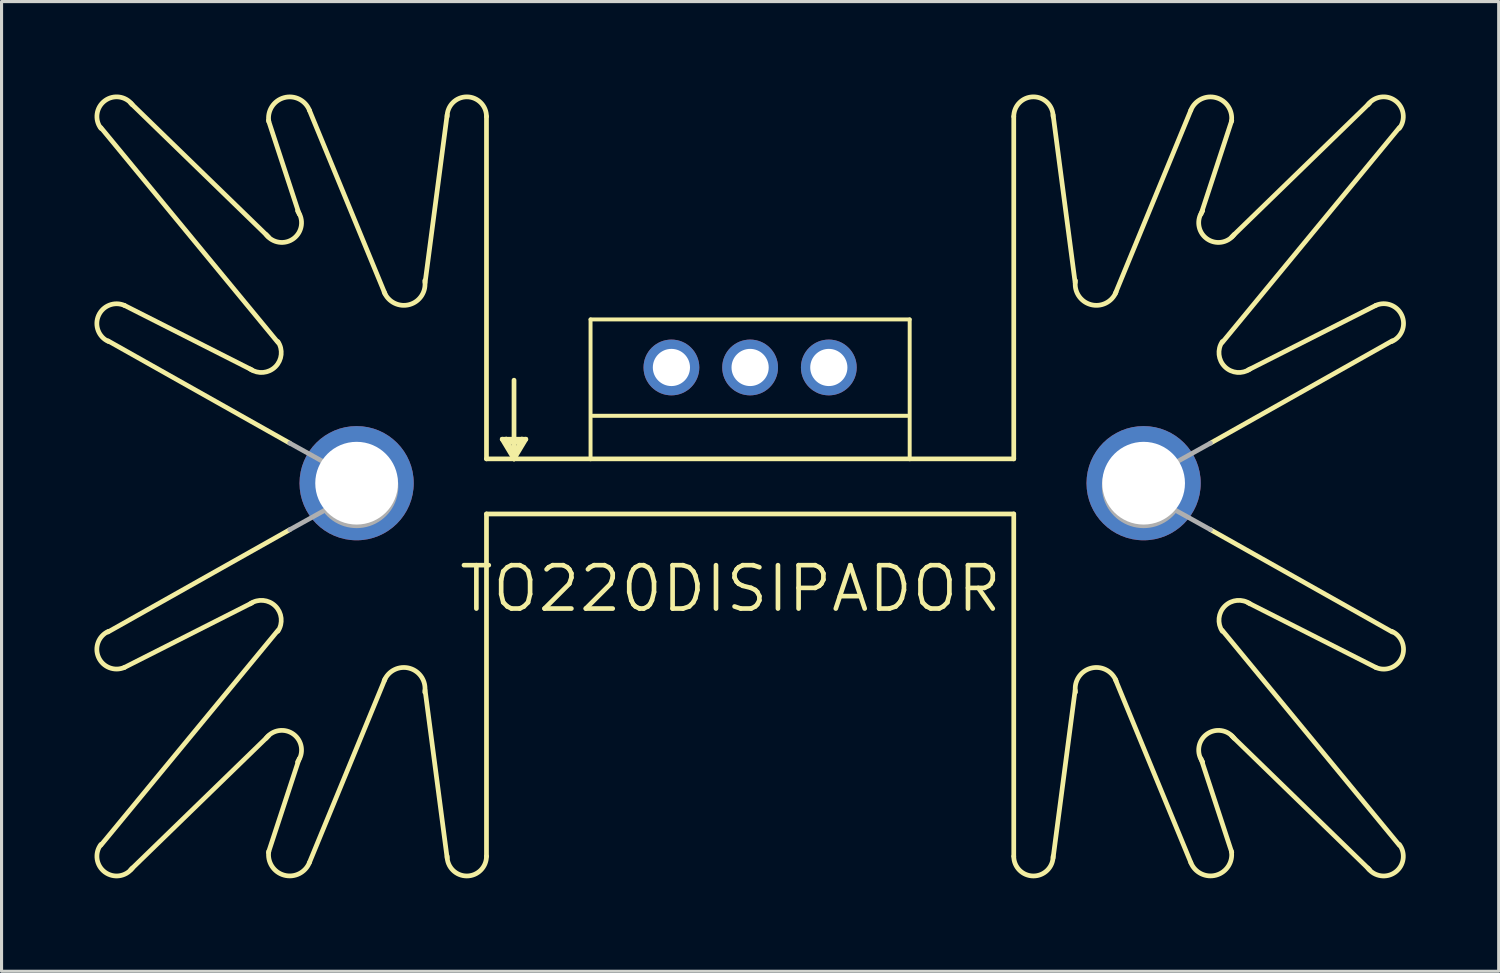
<source format=kicad_pcb>
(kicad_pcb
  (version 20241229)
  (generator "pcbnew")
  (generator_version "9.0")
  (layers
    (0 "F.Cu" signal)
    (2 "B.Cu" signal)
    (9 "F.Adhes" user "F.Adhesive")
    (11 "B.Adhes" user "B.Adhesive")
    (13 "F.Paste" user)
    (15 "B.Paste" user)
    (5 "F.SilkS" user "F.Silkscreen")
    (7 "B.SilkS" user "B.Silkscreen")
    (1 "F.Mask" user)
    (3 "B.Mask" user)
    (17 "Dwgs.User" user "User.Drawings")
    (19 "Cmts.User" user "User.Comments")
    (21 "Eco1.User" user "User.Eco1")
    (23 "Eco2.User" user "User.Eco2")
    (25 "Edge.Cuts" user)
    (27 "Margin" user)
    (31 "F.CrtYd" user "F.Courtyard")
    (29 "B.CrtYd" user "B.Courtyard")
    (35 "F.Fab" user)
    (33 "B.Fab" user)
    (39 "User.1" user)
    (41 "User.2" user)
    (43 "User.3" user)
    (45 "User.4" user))
  (footprint "TO220DISIPADOR"
    (layer "F.Cu")
    (at 21.16 11.76)
    (property "Reference" "TO220DISIPADOR" (at -0.635 4.191 0) (layer "F.SilkS") (effects (font (size 1.4 1.4) (thickness 0.15))))
    (attr through_hole)
    (fp_line (start -16.078 -2.87) (end -20.193 -4.953) (stroke (width 0.152) (type solid)) (layer "F.SilkS"))
    (fp_line (start -16.078 4.648) (end -20.193 6.731) (stroke (width 0.152) (type solid)) (layer "F.SilkS"))
    (fp_line (start -15.545 -10.922) (end -14.554 -7.899) (stroke (width 0.152) (type solid)) (layer "F.SilkS"))
    (fp_line (start -15.545 -7.163) (end -19.99 -11.481) (stroke (width 0.152) (type solid)) (layer "F.SilkS"))
    (fp_line (start -15.545 8.941) (end -19.99 13.259) (stroke (width 0.152) (type solid)) (layer "F.SilkS"))
    (fp_line (start -15.545 12.7) (end -14.554 9.677) (stroke (width 0.152) (type solid)) (layer "F.SilkS"))
    (fp_line (start -15.24 -3.759) (end -20.955 -10.693) (stroke (width 0.152) (type solid)) (layer "F.SilkS"))
    (fp_line (start -15.24 5.537) (end -20.955 12.471) (stroke (width 0.152) (type solid)) (layer "F.SilkS"))
    (fp_line (start -14.859 -0.508) (end -20.726 -3.81) (stroke (width 0.152) (type solid)) (layer "F.SilkS"))
    (fp_line (start -14.859 2.286) (end -20.726 5.588) (stroke (width 0.152) (type solid)) (layer "F.SilkS"))
    (fp_line (start -11.786 -5.334) (end -14.224 -11.252) (stroke (width 0.152) (type solid)) (layer "F.SilkS"))
    (fp_line (start -11.786 7.112) (end -14.224 13.03) (stroke (width 0.152) (type solid)) (layer "F.SilkS"))
    (fp_line (start -10.49 -5.69) (end -9.779 -11.1) (stroke (width 0.152) (type solid)) (layer "F.SilkS"))
    (fp_line (start -10.49 7.468) (end -9.779 12.878) (stroke (width 0.152) (type solid)) (layer "F.SilkS"))
    (fp_line (start -8.509 -11.049) (end -8.509 0) (stroke (width 0.152) (type solid)) (layer "F.SilkS"))
    (fp_line (start -8.509 0) (end -7.62 0) (stroke (width 0.152) (type solid)) (layer "F.SilkS"))
    (fp_line (start -8.509 1.778) (end 8.509 1.778) (stroke (width 0.152) (type solid)) (layer "F.SilkS"))
    (fp_line (start -8.509 12.827) (end -8.509 1.778) (stroke (width 0.152) (type solid)) (layer "F.SilkS"))
    (fp_line (start -8.001 -0.635) (end -7.62 0) (stroke (width 0.152) (type solid)) (layer "F.SilkS"))
    (fp_line (start -7.874 -0.635) (end -8.001 -0.635) (stroke (width 0.152) (type solid)) (layer "F.SilkS"))
    (fp_line (start -7.874 -0.635) (end -7.62 -0.508) (stroke (width 0.152) (type solid)) (layer "F.SilkS"))
    (fp_line (start -7.62 -2.54) (end -7.62 -0.508) (stroke (width 0.152) (type solid)) (layer "F.SilkS"))
    (fp_line (start -7.62 -0.508) (end -7.62 -0.127) (stroke (width 0.152) (type solid)) (layer "F.SilkS"))
    (fp_line (start -7.62 -0.508) (end -7.366 -0.635) (stroke (width 0.152) (type solid)) (layer "F.SilkS"))
    (fp_line (start -7.62 -0.127) (end -7.874 -0.635) (stroke (width 0.152) (type solid)) (layer "F.SilkS"))
    (fp_line (start -7.62 -0.127) (end -7.62 0) (stroke (width 0.152) (type solid)) (layer "F.SilkS"))
    (fp_line (start -7.62 0) (end -7.239 -0.635) (stroke (width 0.152) (type solid)) (layer "F.SilkS"))
    (fp_line (start -7.62 0) (end -5.15 0) (stroke (width 0.152) (type solid)) (layer "F.SilkS"))
    (fp_line (start -7.366 -0.635) (end -7.874 -0.635) (stroke (width 0.152) (type solid)) (layer "F.SilkS"))
    (fp_line (start -7.366 -0.635) (end -7.62 -0.127) (stroke (width 0.152) (type solid)) (layer "F.SilkS"))
    (fp_line (start -7.239 -0.635) (end -7.366 -0.635) (stroke (width 0.152) (type solid)) (layer "F.SilkS"))
    (fp_line (start -5.15 -4.5) (end 5.15 -4.5) (stroke (width 0.127) (type solid)) (layer "F.SilkS"))
    (fp_line (start -5.15 0) (end -5.15 -4.5) (stroke (width 0.127) (type solid)) (layer "F.SilkS"))
    (fp_line (start -5.15 0) (end 5.15 0) (stroke (width 0.152) (type solid)) (layer "F.SilkS"))
    (fp_line (start -5.08 -1.39) (end 5.08 -1.39) (stroke (width 0.127) (type solid)) (layer "F.SilkS"))
    (fp_line (start 5.15 -4.5) (end 5.15 0) (stroke (width 0.127) (type solid)) (layer "F.SilkS"))
    (fp_line (start 5.15 0) (end 8.509 0) (stroke (width 0.152) (type solid)) (layer "F.SilkS"))
    (fp_line (start 8.509 -11.049) (end 8.509 0) (stroke (width 0.152) (type solid)) (layer "F.SilkS"))
    (fp_line (start 8.509 12.827) (end 8.509 1.778) (stroke (width 0.152) (type solid)) (layer "F.SilkS"))
    (fp_line (start 10.49 -5.69) (end 9.779 -11.1) (stroke (width 0.152) (type solid)) (layer "F.SilkS"))
    (fp_line (start 10.49 7.468) (end 9.779 12.878) (stroke (width 0.152) (type solid)) (layer "F.SilkS"))
    (fp_line (start 11.786 -5.334) (end 14.224 -11.252) (stroke (width 0.152) (type solid)) (layer "F.SilkS"))
    (fp_line (start 11.786 7.112) (end 14.224 13.03) (stroke (width 0.152) (type solid)) (layer "F.SilkS"))
    (fp_line (start 14.859 -0.508) (end 20.726 -3.81) (stroke (width 0.152) (type solid)) (layer "F.SilkS"))
    (fp_line (start 14.859 2.286) (end 20.726 5.588) (stroke (width 0.152) (type solid)) (layer "F.SilkS"))
    (fp_line (start 15.24 -3.759) (end 20.955 -10.693) (stroke (width 0.152) (type solid)) (layer "F.SilkS"))
    (fp_line (start 15.24 5.537) (end 20.955 12.471) (stroke (width 0.152) (type solid)) (layer "F.SilkS"))
    (fp_line (start 15.545 -10.922) (end 14.554 -7.899) (stroke (width 0.152) (type solid)) (layer "F.SilkS"))
    (fp_line (start 15.545 -7.163) (end 19.99 -11.481) (stroke (width 0.152) (type solid)) (layer "F.SilkS"))
    (fp_line (start 15.545 8.941) (end 19.99 13.259) (stroke (width 0.152) (type solid)) (layer "F.SilkS"))
    (fp_line (start 15.545 12.7) (end 14.554 9.677) (stroke (width 0.152) (type solid)) (layer "F.SilkS"))
    (fp_line (start 16.078 -2.87) (end 20.193 -4.953) (stroke (width 0.152) (type solid)) (layer "F.SilkS"))
    (fp_line (start 16.078 4.648) (end 20.193 6.731) (stroke (width 0.152) (type solid)) (layer "F.SilkS"))
    (fp_arc (start -20.955 -10.668) (mid -20.828 -11.557) (end -19.939 -11.43) (stroke (width 0.1524) (type solid)) (layer "F.SilkS"))
    (fp_arc (start -20.7106 -3.788901) (mid -21.02897 -4.627453) (end -20.1931 -4.9528) (stroke (width 0.1524) (type solid)) (layer "F.SilkS"))
    (fp_arc (start -20.1931 6.7308) (mid -21.02897 6.405453) (end -20.7106 5.566901) (stroke (width 0.1524) (type solid)) (layer "F.SilkS"))
    (fp_arc (start -19.939 13.208) (mid -20.828 13.335) (end -20.955 12.446) (stroke (width 0.1524) (type solid)) (layer "F.SilkS"))
    (fp_arc (start -16.1345 4.6773) (mid -15.322507 4.751316) (end -15.2401 5.5625) (stroke (width 0.1524) (type solid)) (layer "F.SilkS"))
    (fp_arc (start -15.621 9.017) (mid -14.732 8.89) (end -14.605 9.779) (stroke (width 0.1524) (type solid)) (layer "F.SilkS"))
    (fp_arc (start -15.533601 -10.8858) (mid -15.043219 -11.657009) (end -14.2238 -11.2523) (stroke (width 0.1524) (type solid)) (layer "F.SilkS"))
    (fp_arc (start -15.2399 -3.7847) (mid -15.322231 -2.973239) (end -16.1345 -2.8993) (stroke (width 0.1524) (type solid)) (layer "F.SilkS"))
    (fp_arc (start -14.605 -8.001) (mid -14.732 -7.112) (end -15.621 -7.239) (stroke (width 0.1524) (type solid)) (layer "F.SilkS"))
    (fp_arc (start -14.2238 13.0303) (mid -15.043219 13.435009) (end -15.533601 12.6638) (stroke (width 0.1524) (type solid)) (layer "F.SilkS"))
    (fp_arc (start -11.811001 7.162799) (mid -10.991716 6.758094) (end -10.5014 7.5292) (stroke (width 0.1524) (type solid)) (layer "F.SilkS"))
    (fp_arc (start -10.5014 -5.7512) (mid -10.991716 -4.980094) (end -11.811001 -5.384799) (stroke (width 0.1524) (type solid)) (layer "F.SilkS"))
    (fp_arc (start -9.779 -11.049) (mid -9.144 -11.684) (end -8.509 -11.049) (stroke (width 0.1524) (type solid)) (layer "F.SilkS"))
    (fp_arc (start -8.509 12.827) (mid -9.144 13.462) (end -9.779 12.827) (stroke (width 0.1524) (type solid)) (layer "F.SilkS"))
    (fp_arc (start 8.509 -11.049) (mid 9.144 -11.684) (end 9.779 -11.049) (stroke (width 0.1524) (type solid)) (layer "F.SilkS"))
    (fp_arc (start 9.779 12.827) (mid 9.144 13.462) (end 8.509 12.827) (stroke (width 0.1524) (type solid)) (layer "F.SilkS"))
    (fp_arc (start 10.501401 7.529199) (mid 10.991717 6.758095) (end 11.811 7.1628) (stroke (width 0.1524) (type solid)) (layer "F.SilkS"))
    (fp_arc (start 11.811 -5.3848) (mid 10.991717 -4.980095) (end 10.501401 -5.751199) (stroke (width 0.1524) (type solid)) (layer "F.SilkS"))
    (fp_arc (start 14.224 -11.2522) (mid 15.043181 -11.656805) (end 15.5334 -10.8858) (stroke (width 0.1524) (type solid)) (layer "F.SilkS"))
    (fp_arc (start 14.605 9.779) (mid 14.732 8.89) (end 15.621 9.017) (stroke (width 0.1524) (type solid)) (layer "F.SilkS"))
    (fp_arc (start 15.24 5.562601) (mid 15.322326 4.751334) (end 16.1344 4.6774) (stroke (width 0.1524) (type solid)) (layer "F.SilkS"))
    (fp_arc (start 15.5334 12.6638) (mid 15.043181 13.434806) (end 14.224 13.0302) (stroke (width 0.1524) (type solid)) (layer "F.SilkS"))
    (fp_arc (start 15.621 -7.239) (mid 14.732 -7.112) (end 14.605 -8.001) (stroke (width 0.1524) (type solid)) (layer "F.SilkS"))
    (fp_arc (start 16.1346 -2.8992) (mid 15.322408 -2.973217) (end 15.239999 -3.7846) (stroke (width 0.1524) (type solid)) (layer "F.SilkS"))
    (fp_arc (start 19.939 -11.43) (mid 20.828 -11.557) (end 20.955 -10.668) (stroke (width 0.1524) (type solid)) (layer "F.SilkS"))
    (fp_arc (start 20.192999 -4.953001) (mid 21.029169 -4.627553) (end 20.7107 -3.7887) (stroke (width 0.1524) (type solid)) (layer "F.SilkS"))
    (fp_arc (start 20.7107 5.5667) (mid 21.029168 6.405552) (end 20.192999 6.731001) (stroke (width 0.1524) (type solid)) (layer "F.SilkS"))
    (fp_arc (start 20.955 12.446) (mid 20.828 13.335) (end 19.939 13.208) (stroke (width 0.1524) (type solid)) (layer "F.SilkS"))
    (fp_line (start -13.716 0.127) (end -14.859 -0.508) (stroke (width 0.152) (type solid)) (layer "F.Fab"))
    (fp_line (start -13.716 1.651) (end -14.859 2.286) (stroke (width 0.152) (type solid)) (layer "F.Fab"))
    (fp_line (start 13.716 0.127) (end 14.859 -0.508) (stroke (width 0.152) (type solid)) (layer "F.Fab"))
    (fp_line (start 13.716 1.651) (end 14.859 2.286) (stroke (width 0.152) (type solid)) (layer "F.Fab"))
    (fp_arc (start -13.716 0.127) (mid -11.430007 0.889) (end -13.716 1.651) (stroke (width 0.1524) (type solid)) (layer "F.Fab"))
    (fp_arc (start 13.716 1.651) (mid 11.430007 0.889) (end 13.716 0.127) (stroke (width 0.1524) (type solid)) (layer "F.Fab"))
    (pad "1" thru_hole circle (at 2.54 -2.95) (size 1.8 1.8) (drill 1.2) (layers "*.Cu" "*.Mask"))
    (pad "2" thru_hole circle (at 0 -2.95) (size 1.8 1.8) (drill 1.2) (layers "*.Cu" "*.Mask"))
    (pad "3" thru_hole circle (at -2.54 -2.95) (size 1.8 1.8) (drill 1.2) (layers "*.Cu" "*.Mask"))
    (pad "NC1" thru_hole circle (at -12.7 0.785) (size 3.686 3.686) (drill 2.67) (layers "*.Cu" "*.Mask"))
    (pad "NC2" thru_hole circle (at 12.7 0.785) (size 3.686 3.686) (drill 2.67) (layers "*.Cu" "*.Mask")))
  (gr_rect
    (start -3 -3)
    (end 45.32 28.298)
    (stroke (width 0.1) (type default))
    (fill no)
    (layer "Edge.Cuts")))
</source>
